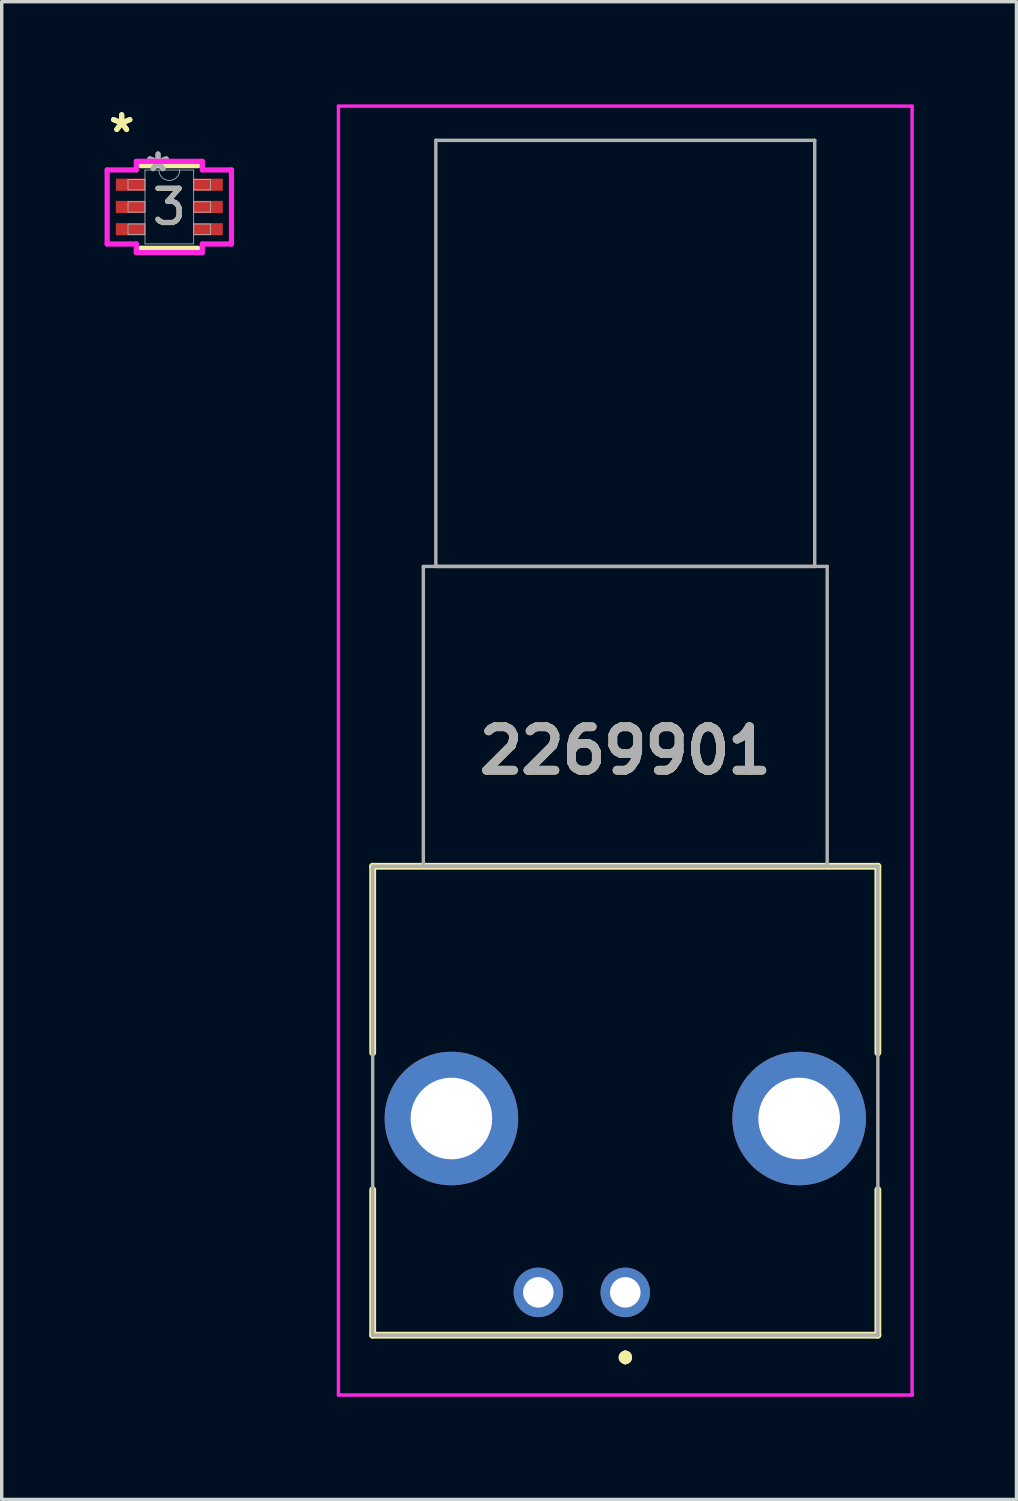
<source format=kicad_pcb>
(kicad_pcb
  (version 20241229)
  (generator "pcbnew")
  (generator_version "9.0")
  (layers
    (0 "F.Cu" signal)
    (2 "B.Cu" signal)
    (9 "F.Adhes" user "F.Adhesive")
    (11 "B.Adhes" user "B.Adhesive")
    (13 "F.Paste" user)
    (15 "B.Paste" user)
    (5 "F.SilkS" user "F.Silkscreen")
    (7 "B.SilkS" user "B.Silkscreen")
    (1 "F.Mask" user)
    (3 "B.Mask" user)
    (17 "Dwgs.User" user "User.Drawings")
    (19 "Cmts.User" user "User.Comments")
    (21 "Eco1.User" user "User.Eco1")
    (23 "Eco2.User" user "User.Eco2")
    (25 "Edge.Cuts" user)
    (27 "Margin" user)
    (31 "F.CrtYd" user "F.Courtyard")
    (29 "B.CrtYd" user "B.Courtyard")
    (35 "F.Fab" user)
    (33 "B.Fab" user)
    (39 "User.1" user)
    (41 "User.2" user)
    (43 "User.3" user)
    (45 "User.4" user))
  (footprint "2269901"
    (layer "F.Cu")
    (at 15.219 34.71)
    (property "Reference" "2269901" (at 0 -15.83 0) (layer "F.SilkS") (effects (font (size 1.27 1.27) (thickness 0.254))))
    (attr through_hole)
    (fp_line (start -7.38 -12.45) (end 7.38 -12.45) (stroke (width 0.2) (type solid)) (layer "F.SilkS"))
    (fp_line (start -7.38 -7) (end -7.38 -12.45) (stroke (width 0.2) (type solid)) (layer "F.SilkS"))
    (fp_line (start -7.38 1.25) (end -7.38 -3) (stroke (width 0.2) (type solid)) (layer "F.SilkS"))
    (fp_line (start 0 1.8) (end 0 1.8) (stroke (width 0.2) (type solid)) (layer "F.SilkS"))
    (fp_line (start 0 2) (end 0 2) (stroke (width 0.2) (type solid)) (layer "F.SilkS"))
    (fp_line (start 0 2) (end 0 2) (stroke (width 0.2) (type solid)) (layer "F.SilkS"))
    (fp_line (start 7.38 -12.45) (end 7.38 -7) (stroke (width 0.2) (type solid)) (layer "F.SilkS"))
    (fp_line (start 7.38 -3) (end 7.38 1.25) (stroke (width 0.2) (type solid)) (layer "F.SilkS"))
    (fp_line (start 7.38 1.25) (end -7.38 1.25) (stroke (width 0.2) (type solid)) (layer "F.SilkS"))
    (fp_arc (start 0 1.8) (mid 0.1 1.9) (end 0 2) (stroke (width 0.2) (type solid)) (layer "F.SilkS"))
    (fp_arc (start 0 1.8) (mid 0.1 1.9) (end 0 2) (stroke (width 0.2) (type solid)) (layer "F.SilkS"))
    (fp_arc (start 0 2) (mid -0.1 1.9) (end 0 1.8) (stroke (width 0.2) (type solid)) (layer "F.SilkS"))
    (fp_line (start -8.38 -34.66) (end 8.38 -34.66) (stroke (width 0.1) (type solid)) (layer "F.CrtYd"))
    (fp_line (start -8.38 3) (end -8.38 -34.66) (stroke (width 0.1) (type solid)) (layer "F.CrtYd"))
    (fp_line (start 8.38 -34.66) (end 8.38 3) (stroke (width 0.1) (type solid)) (layer "F.CrtYd"))
    (fp_line (start 8.38 3) (end -8.38 3) (stroke (width 0.1) (type solid)) (layer "F.CrtYd"))
    (fp_line (start -7.38 -12.45) (end -7.38 1.25) (stroke (width 0.1) (type solid)) (layer "F.Fab"))
    (fp_line (start -7.38 1.25) (end 7.38 1.25) (stroke (width 0.1) (type solid)) (layer "F.Fab"))
    (fp_line (start -5.9 -21.21) (end 5.9 -21.21) (stroke (width 0.1) (type solid)) (layer "F.Fab"))
    (fp_line (start -5.9 -12.45) (end -5.9 -21.21) (stroke (width 0.1) (type solid)) (layer "F.Fab"))
    (fp_line (start -5.535 -33.66) (end 5.535 -33.66) (stroke (width 0.1) (type solid)) (layer "F.Fab"))
    (fp_line (start -5.535 -21.21) (end -5.535 -33.66) (stroke (width 0.1) (type solid)) (layer "F.Fab"))
    (fp_line (start 5.535 -33.66) (end 5.535 -21.21) (stroke (width 0.1) (type solid)) (layer "F.Fab"))
    (fp_line (start 5.535 -21.21) (end -5.535 -21.21) (stroke (width 0.1) (type solid)) (layer "F.Fab"))
    (fp_line (start 5.9 -21.21) (end 5.9 -12.45) (stroke (width 0.1) (type solid)) (layer "F.Fab"))
    (fp_line (start 5.9 -12.45) (end -5.9 -12.45) (stroke (width 0.1) (type solid)) (layer "F.Fab"))
    (fp_line (start 7.38 -12.45) (end -7.38 -12.45) (stroke (width 0.1) (type solid)) (layer "F.Fab"))
    (fp_line (start 7.38 1.25) (end 7.38 -12.45) (stroke (width 0.1) (type solid)) (layer "F.Fab"))
    (fp_text user "${REFERENCE}" (at 0 -15.83 0) (layer "F.Fab") (effects (font (size 1.27 1.27) (thickness 0.254))))
    (pad "1" thru_hole circle (at 0 0) (size 1.446 1.446) (drill 0.89) (layers "*.Cu" "*.Mask"))
    (pad "2" thru_hole circle (at -2.54 0) (size 1.446 1.446) (drill 0.89) (layers "*.Cu" "*.Mask"))
    (pad "MH1" thru_hole circle (at 5.08 -5.08) (size 3.9 3.9) (drill 2.384) (layers "*.Cu" "*.Mask"))
    (pad "MH2" thru_hole circle (at -5.08 -5.08) (size 3.9 3.9) (drill 2.384) (layers "*.Cu" "*.Mask")))
  (footprint "3"
    (layer "F.Cu")
    (at 1.897 2.997)
    (property "Reference" "3" (at 0 0 0) (unlocked yes) (layer "F.SilkS") (effects (font (size 1 1) (thickness 0.15))))
    (attr smd)
    (fp_line (start -0.838 1.206) (end 0.838 1.206) (stroke (width 0.152) (type solid)) (layer "F.SilkS"))
    (fp_line (start 0.838 -1.206) (end -0.838 -1.206) (stroke (width 0.152) (type solid)) (layer "F.SilkS"))
    (fp_line (start -1.816 -1.082) (end -0.965 -1.082) (stroke (width 0.152) (type solid)) (layer "F.CrtYd"))
    (fp_line (start -1.816 1.082) (end -1.816 -1.082) (stroke (width 0.152) (type solid)) (layer "F.CrtYd"))
    (fp_line (start -1.816 1.082) (end -0.965 1.082) (stroke (width 0.152) (type solid)) (layer "F.CrtYd"))
    (fp_line (start -0.965 -1.333) (end 0.965 -1.333) (stroke (width 0.152) (type solid)) (layer "F.CrtYd"))
    (fp_line (start -0.965 -1.082) (end -0.965 -1.333) (stroke (width 0.152) (type solid)) (layer "F.CrtYd"))
    (fp_line (start -0.965 1.333) (end -0.965 1.082) (stroke (width 0.152) (type solid)) (layer "F.CrtYd"))
    (fp_line (start 0.965 -1.333) (end 0.965 -1.082) (stroke (width 0.152) (type solid)) (layer "F.CrtYd"))
    (fp_line (start 0.965 1.082) (end 0.965 1.333) (stroke (width 0.152) (type solid)) (layer "F.CrtYd"))
    (fp_line (start 0.965 1.333) (end -0.965 1.333) (stroke (width 0.152) (type solid)) (layer "F.CrtYd"))
    (fp_line (start 1.816 -1.082) (end 0.965 -1.082) (stroke (width 0.152) (type solid)) (layer "F.CrtYd"))
    (fp_line (start 1.816 -1.082) (end 1.816 1.082) (stroke (width 0.152) (type solid)) (layer "F.CrtYd"))
    (fp_line (start 1.816 1.082) (end 0.965 1.082) (stroke (width 0.152) (type solid)) (layer "F.CrtYd"))
    (fp_line (start -1.206 -0.802) (end -1.206 -0.498) (stroke (width 0.025) (type solid)) (layer "F.Fab"))
    (fp_line (start -1.206 -0.498) (end -0.711 -0.498) (stroke (width 0.025) (type solid)) (layer "F.Fab"))
    (fp_line (start -1.206 -0.152) (end -1.206 0.152) (stroke (width 0.025) (type solid)) (layer "F.Fab"))
    (fp_line (start -1.206 0.152) (end -0.711 0.152) (stroke (width 0.025) (type solid)) (layer "F.Fab"))
    (fp_line (start -1.206 0.498) (end -1.206 0.802) (stroke (width 0.025) (type solid)) (layer "F.Fab"))
    (fp_line (start -1.206 0.802) (end -0.711 0.802) (stroke (width 0.025) (type solid)) (layer "F.Fab"))
    (fp_line (start -0.711 -1.079) (end -0.711 1.079) (stroke (width 0.025) (type solid)) (layer "F.Fab"))
    (fp_line (start -0.711 -0.802) (end -1.206 -0.802) (stroke (width 0.025) (type solid)) (layer "F.Fab"))
    (fp_line (start -0.711 -0.498) (end -0.711 -0.802) (stroke (width 0.025) (type solid)) (layer "F.Fab"))
    (fp_line (start -0.711 -0.152) (end -1.206 -0.152) (stroke (width 0.025) (type solid)) (layer "F.Fab"))
    (fp_line (start -0.711 0.152) (end -0.711 -0.152) (stroke (width 0.025) (type solid)) (layer "F.Fab"))
    (fp_line (start -0.711 0.498) (end -1.206 0.498) (stroke (width 0.025) (type solid)) (layer "F.Fab"))
    (fp_line (start -0.711 0.802) (end -0.711 0.498) (stroke (width 0.025) (type solid)) (layer "F.Fab"))
    (fp_line (start -0.711 1.079) (end 0.711 1.079) (stroke (width 0.025) (type solid)) (layer "F.Fab"))
    (fp_line (start 0.711 -1.079) (end -0.711 -1.079) (stroke (width 0.025) (type solid)) (layer "F.Fab"))
    (fp_line (start 0.711 -0.802) (end 0.711 -0.498) (stroke (width 0.025) (type solid)) (layer "F.Fab"))
    (fp_line (start 0.711 -0.498) (end 1.206 -0.498) (stroke (width 0.025) (type solid)) (layer "F.Fab"))
    (fp_line (start 0.711 -0.152) (end 0.711 0.152) (stroke (width 0.025) (type solid)) (layer "F.Fab"))
    (fp_line (start 0.711 0.152) (end 1.206 0.152) (stroke (width 0.025) (type solid)) (layer "F.Fab"))
    (fp_line (start 0.711 0.498) (end 0.711 0.802) (stroke (width 0.025) (type solid)) (layer "F.Fab"))
    (fp_line (start 0.711 0.802) (end 1.206 0.802) (stroke (width 0.025) (type solid)) (layer "F.Fab"))
    (fp_line (start 0.711 1.079) (end 0.711 -1.079) (stroke (width 0.025) (type solid)) (layer "F.Fab"))
    (fp_line (start 1.206 -0.802) (end 0.711 -0.802) (stroke (width 0.025) (type solid)) (layer "F.Fab"))
    (fp_line (start 1.206 -0.498) (end 1.206 -0.802) (stroke (width 0.025) (type solid)) (layer "F.Fab"))
    (fp_line (start 1.206 -0.152) (end 0.711 -0.152) (stroke (width 0.025) (type solid)) (layer "F.Fab"))
    (fp_line (start 1.206 0.152) (end 1.206 -0.152) (stroke (width 0.025) (type solid)) (layer "F.Fab"))
    (fp_line (start 1.206 0.498) (end 0.711 0.498) (stroke (width 0.025) (type solid)) (layer "F.Fab"))
    (fp_line (start 1.206 0.802) (end 1.206 0.498) (stroke (width 0.025) (type solid)) (layer "F.Fab"))
    (fp_arc (start 0.3048 -1.0795) (mid 0 -0.7747) (end -0.3048 -1.0795) (stroke (width 0.0254) (type solid)) (layer "F.Fab"))
    (fp_text user "*" (at -1.391 -2.149 0) (unlocked yes) (layer "F.SilkS") (effects (font (size 1 1) (thickness 0.15))))
    (fp_text user "*" (at -1.391 -2.149 0) (layer "F.SilkS") (effects (font (size 1 1) (thickness 0.15))))
    (fp_text user "*" (at -0.33 -1.003 0) (layer "F.Fab") (effects (font (size 1 1) (thickness 0.15))))
    (fp_text user "*" (at -0.33 -1.003 0) (unlocked yes) (layer "F.Fab") (effects (font (size 1 1) (thickness 0.15))))
    (fp_text user "${REFERENCE}" (at 0 0 0) (unlocked yes) (layer "F.Fab") (effects (font (size 1 1) (thickness 0.15))))
    (pad "1" smd rect (at -1.137 -0.65) (size 0.851 0.356) (layers "F.Cu" "F.Mask" "F.Paste"))
    (pad "2" smd rect (at -1.137 0) (size 0.851 0.356) (layers "F.Cu" "F.Mask" "F.Paste"))
    (pad "3" smd rect (at -1.137 0.65) (size 0.851 0.356) (layers "F.Cu" "F.Mask" "F.Paste"))
    (pad "4" smd rect (at 1.137 0.65) (size 0.851 0.356) (layers "F.Cu" "F.Mask" "F.Paste"))
    (pad "5" smd rect (at 1.137 0) (size 0.851 0.356) (layers "F.Cu" "F.Mask" "F.Paste"))
    (pad "6" smd rect (at 1.137 -0.65) (size 0.851 0.356) (layers "F.Cu" "F.Mask" "F.Paste")))
  (gr_rect
    (start -3 -3)
    (end 26.649 40.76)
    (stroke (width 0.1) (type default))
    (fill no)
    (layer "Edge.Cuts")))
</source>
